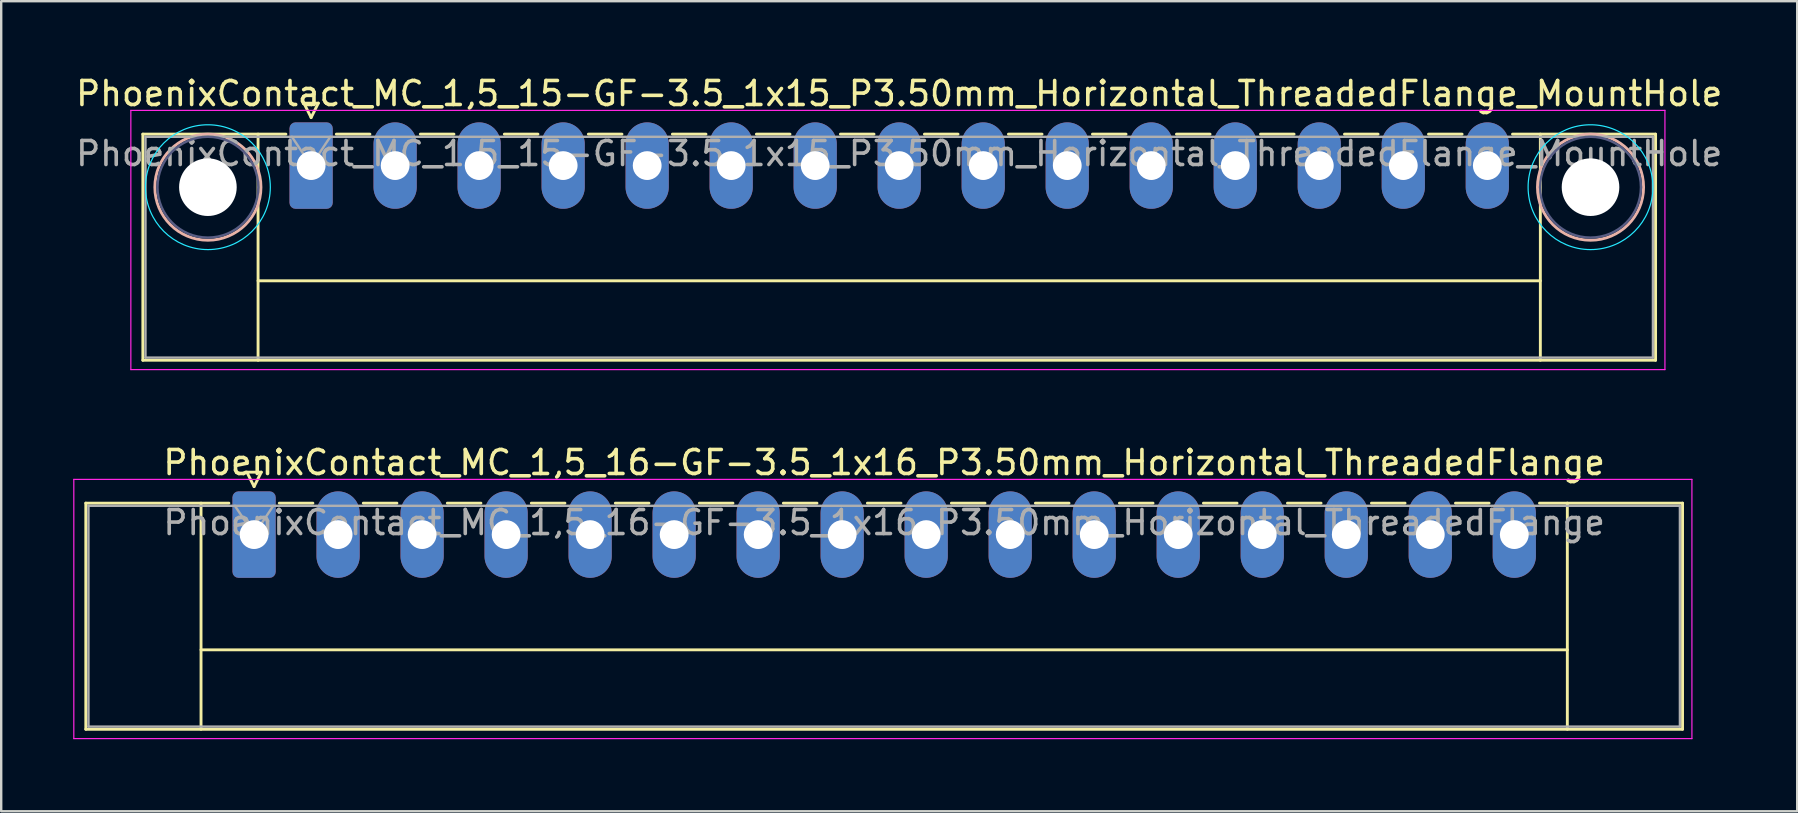
<source format=kicad_pcb>
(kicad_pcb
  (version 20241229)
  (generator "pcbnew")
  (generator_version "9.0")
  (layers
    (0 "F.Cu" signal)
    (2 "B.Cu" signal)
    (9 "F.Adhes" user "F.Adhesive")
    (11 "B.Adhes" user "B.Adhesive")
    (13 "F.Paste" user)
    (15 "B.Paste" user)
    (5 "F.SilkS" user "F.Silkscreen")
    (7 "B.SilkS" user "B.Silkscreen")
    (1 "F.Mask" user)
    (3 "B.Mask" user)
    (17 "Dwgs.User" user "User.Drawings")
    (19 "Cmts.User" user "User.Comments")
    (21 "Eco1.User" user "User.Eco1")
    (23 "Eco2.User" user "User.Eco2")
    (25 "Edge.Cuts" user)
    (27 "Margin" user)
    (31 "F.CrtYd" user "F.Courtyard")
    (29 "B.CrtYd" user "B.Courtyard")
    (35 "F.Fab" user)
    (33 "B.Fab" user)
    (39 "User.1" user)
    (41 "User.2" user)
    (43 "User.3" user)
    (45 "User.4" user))
  (footprint "PhoenixContact_MC_1,5_15-GF-3.5_1x15_P3.50mm_Horizontal_ThreadedFlange_MountHole"
    (layer "F.Cu")
    (at 9.911 3.848)
    (property "Reference" "PhoenixContact_MC_1,5_15-GF-3.5_1x15_P3.50mm_Horizontal_ThreadedFlange_MountHole" (at 24.5 -3 0) (layer "F.SilkS") (effects (font (size 1 1) (thickness 0.15))))
    (attr through_hole)
    (fp_line (start -7.01 -1.31) (end -7.01 8.11) (stroke (width 0.12) (type solid)) (layer "F.SilkS"))
    (fp_line (start -7.01 -1.31) (end -1.05 -1.31) (stroke (width 0.12) (type solid)) (layer "F.SilkS"))
    (fp_line (start -7.01 8.11) (end 56.01 8.11) (stroke (width 0.12) (type solid)) (layer "F.SilkS"))
    (fp_line (start -2.21 -1.31) (end -2.21 8.11) (stroke (width 0.12) (type solid)) (layer "F.SilkS"))
    (fp_line (start -2.21 4.8) (end 51.21 4.8) (stroke (width 0.12) (type solid)) (layer "F.SilkS"))
    (fp_line (start -0.3 -2.6) (end 0.3 -2.6) (stroke (width 0.12) (type solid)) (layer "F.SilkS"))
    (fp_line (start 0 -2) (end -0.3 -2.6) (stroke (width 0.12) (type solid)) (layer "F.SilkS"))
    (fp_line (start 0.3 -2.6) (end 0 -2) (stroke (width 0.12) (type solid)) (layer "F.SilkS"))
    (fp_line (start 1.05 -1.31) (end 2.45 -1.31) (stroke (width 0.12) (type solid)) (layer "F.SilkS"))
    (fp_line (start 4.55 -1.31) (end 5.95 -1.31) (stroke (width 0.12) (type solid)) (layer "F.SilkS"))
    (fp_line (start 8.05 -1.31) (end 9.45 -1.31) (stroke (width 0.12) (type solid)) (layer "F.SilkS"))
    (fp_line (start 11.55 -1.31) (end 12.95 -1.31) (stroke (width 0.12) (type solid)) (layer "F.SilkS"))
    (fp_line (start 15.05 -1.31) (end 16.45 -1.31) (stroke (width 0.12) (type solid)) (layer "F.SilkS"))
    (fp_line (start 18.55 -1.31) (end 19.95 -1.31) (stroke (width 0.12) (type solid)) (layer "F.SilkS"))
    (fp_line (start 22.05 -1.31) (end 23.45 -1.31) (stroke (width 0.12) (type solid)) (layer "F.SilkS"))
    (fp_line (start 25.55 -1.31) (end 26.95 -1.31) (stroke (width 0.12) (type solid)) (layer "F.SilkS"))
    (fp_line (start 29.05 -1.31) (end 30.45 -1.31) (stroke (width 0.12) (type solid)) (layer "F.SilkS"))
    (fp_line (start 32.55 -1.31) (end 33.95 -1.31) (stroke (width 0.12) (type solid)) (layer "F.SilkS"))
    (fp_line (start 36.05 -1.31) (end 37.45 -1.31) (stroke (width 0.12) (type solid)) (layer "F.SilkS"))
    (fp_line (start 39.55 -1.31) (end 40.95 -1.31) (stroke (width 0.12) (type solid)) (layer "F.SilkS"))
    (fp_line (start 43.05 -1.31) (end 44.45 -1.31) (stroke (width 0.12) (type solid)) (layer "F.SilkS"))
    (fp_line (start 46.55 -1.31) (end 47.95 -1.31) (stroke (width 0.12) (type solid)) (layer "F.SilkS"))
    (fp_line (start 51.21 -1.31) (end 51.21 8.11) (stroke (width 0.12) (type solid)) (layer "F.SilkS"))
    (fp_line (start 56.01 -1.31) (end 50.05 -1.31) (stroke (width 0.12) (type solid)) (layer "F.SilkS"))
    (fp_line (start 56.01 8.11) (end 56.01 -1.31) (stroke (width 0.12) (type solid)) (layer "F.SilkS"))
    (fp_circle (center -4.3 0.9) (end -2.09 0.9) (stroke (width 0.12) (type solid)) (fill no) (layer "B.SilkS"))
    (fp_circle (center 53.3 0.9) (end 55.51 0.9) (stroke (width 0.12) (type solid)) (fill no) (layer "B.SilkS"))
    (fp_circle (center -4.3 0.9) (end -1.7 0.9) (stroke (width 0.05) (type solid)) (fill no) (layer "B.CrtYd"))
    (fp_circle (center 53.3 0.9) (end 55.9 0.9) (stroke (width 0.05) (type solid)) (fill no) (layer "B.CrtYd"))
    (fp_line (start -7.51 -2.3) (end -7.51 8.5) (stroke (width 0.05) (type solid)) (layer "F.CrtYd"))
    (fp_line (start -7.51 8.5) (end 56.4 8.5) (stroke (width 0.05) (type solid)) (layer "F.CrtYd"))
    (fp_line (start 56.4 -2.3) (end -7.51 -2.3) (stroke (width 0.05) (type solid)) (layer "F.CrtYd"))
    (fp_line (start 56.4 8.5) (end 56.4 -2.3) (stroke (width 0.05) (type solid)) (layer "F.CrtYd"))
    (fp_circle (center -4.3 0.9) (end -2.2 0.9) (stroke (width 0.1) (type solid)) (fill no) (layer "B.Fab"))
    (fp_circle (center 53.3 0.9) (end 55.4 0.9) (stroke (width 0.1) (type solid)) (fill no) (layer "B.Fab"))
    (fp_line (start -6.9 -1.2) (end -6.9 8) (stroke (width 0.1) (type solid)) (layer "F.Fab"))
    (fp_line (start -6.9 8) (end 55.9 8) (stroke (width 0.1) (type solid)) (layer "F.Fab"))
    (fp_line (start 0 0) (end -0.8 -1.2) (stroke (width 0.1) (type solid)) (layer "F.Fab"))
    (fp_line (start 0.8 -1.2) (end 0 0) (stroke (width 0.1) (type solid)) (layer "F.Fab"))
    (fp_line (start 55.9 -1.2) (end -6.9 -1.2) (stroke (width 0.1) (type solid)) (layer "F.Fab"))
    (fp_line (start 55.9 8) (end 55.9 -1.2) (stroke (width 0.1) (type solid)) (layer "F.Fab"))
    (fp_text user "${REFERENCE}" (at 24.5 -0.5 0) (layer "F.Fab") (effects (font (size 1 1) (thickness 0.15))))
    (pad "" np_thru_hole circle (at -4.3 0.9) (size 2.4 2.4) (drill 2.4) (layers "*.Cu" "*.Mask"))
    (pad "" np_thru_hole circle (at 53.3 0.9) (size 2.4 2.4) (drill 2.4) (layers "*.Cu" "*.Mask"))
    (pad "1" thru_hole roundrect (at 0 0) (size 1.8 3.6) (drill 1.2) (layers "*.Cu" "*.Mask") (roundrect_rratio 0.139))
    (pad "2" thru_hole oval (at 3.5 0) (size 1.8 3.6) (drill 1.2) (layers "*.Cu" "*.Mask"))
    (pad "3" thru_hole oval (at 7 0) (size 1.8 3.6) (drill 1.2) (layers "*.Cu" "*.Mask"))
    (pad "4" thru_hole oval (at 10.5 0) (size 1.8 3.6) (drill 1.2) (layers "*.Cu" "*.Mask"))
    (pad "5" thru_hole oval (at 14 0) (size 1.8 3.6) (drill 1.2) (layers "*.Cu" "*.Mask"))
    (pad "6" thru_hole oval (at 17.5 0) (size 1.8 3.6) (drill 1.2) (layers "*.Cu" "*.Mask"))
    (pad "7" thru_hole oval (at 21 0) (size 1.8 3.6) (drill 1.2) (layers "*.Cu" "*.Mask"))
    (pad "8" thru_hole oval (at 24.5 0) (size 1.8 3.6) (drill 1.2) (layers "*.Cu" "*.Mask"))
    (pad "9" thru_hole oval (at 28 0) (size 1.8 3.6) (drill 1.2) (layers "*.Cu" "*.Mask"))
    (pad "10" thru_hole oval (at 31.5 0) (size 1.8 3.6) (drill 1.2) (layers "*.Cu" "*.Mask"))
    (pad "11" thru_hole oval (at 35 0) (size 1.8 3.6) (drill 1.2) (layers "*.Cu" "*.Mask"))
    (pad "12" thru_hole oval (at 38.5 0) (size 1.8 3.6) (drill 1.2) (layers "*.Cu" "*.Mask"))
    (pad "13" thru_hole oval (at 42 0) (size 1.8 3.6) (drill 1.2) (layers "*.Cu" "*.Mask"))
    (pad "14" thru_hole oval (at 45.5 0) (size 1.8 3.6) (drill 1.2) (layers "*.Cu" "*.Mask"))
    (pad "15" thru_hole oval (at 49 0) (size 1.8 3.6) (drill 1.2) (layers "*.Cu" "*.Mask")))
  (footprint "PhoenixContact_MC_1,5_16-GF-3.5_1x16_P3.50mm_Horizontal_ThreadedFlange"
    (layer "F.Cu")
    (at 7.535 19.221)
    (property "Reference" "PhoenixContact_MC_1,5_16-GF-3.5_1x16_P3.50mm_Horizontal_ThreadedFlange" (at 26.25 -3 0) (layer "F.SilkS") (effects (font (size 1 1) (thickness 0.15))))
    (attr through_hole)
    (fp_line (start -7.01 -1.31) (end -7.01 8.11) (stroke (width 0.12) (type solid)) (layer "F.SilkS"))
    (fp_line (start -7.01 -1.31) (end -1.05 -1.31) (stroke (width 0.12) (type solid)) (layer "F.SilkS"))
    (fp_line (start -7.01 8.11) (end 59.51 8.11) (stroke (width 0.12) (type solid)) (layer "F.SilkS"))
    (fp_line (start -2.21 -1.31) (end -2.21 8.11) (stroke (width 0.12) (type solid)) (layer "F.SilkS"))
    (fp_line (start -2.21 4.8) (end 54.71 4.8) (stroke (width 0.12) (type solid)) (layer "F.SilkS"))
    (fp_line (start -0.3 -2.6) (end 0.3 -2.6) (stroke (width 0.12) (type solid)) (layer "F.SilkS"))
    (fp_line (start 0 -2) (end -0.3 -2.6) (stroke (width 0.12) (type solid)) (layer "F.SilkS"))
    (fp_line (start 0.3 -2.6) (end 0 -2) (stroke (width 0.12) (type solid)) (layer "F.SilkS"))
    (fp_line (start 1.05 -1.31) (end 2.45 -1.31) (stroke (width 0.12) (type solid)) (layer "F.SilkS"))
    (fp_line (start 4.55 -1.31) (end 5.95 -1.31) (stroke (width 0.12) (type solid)) (layer "F.SilkS"))
    (fp_line (start 8.05 -1.31) (end 9.45 -1.31) (stroke (width 0.12) (type solid)) (layer "F.SilkS"))
    (fp_line (start 11.55 -1.31) (end 12.95 -1.31) (stroke (width 0.12) (type solid)) (layer "F.SilkS"))
    (fp_line (start 15.05 -1.31) (end 16.45 -1.31) (stroke (width 0.12) (type solid)) (layer "F.SilkS"))
    (fp_line (start 18.55 -1.31) (end 19.95 -1.31) (stroke (width 0.12) (type solid)) (layer "F.SilkS"))
    (fp_line (start 22.05 -1.31) (end 23.45 -1.31) (stroke (width 0.12) (type solid)) (layer "F.SilkS"))
    (fp_line (start 25.55 -1.31) (end 26.95 -1.31) (stroke (width 0.12) (type solid)) (layer "F.SilkS"))
    (fp_line (start 29.05 -1.31) (end 30.45 -1.31) (stroke (width 0.12) (type solid)) (layer "F.SilkS"))
    (fp_line (start 32.55 -1.31) (end 33.95 -1.31) (stroke (width 0.12) (type solid)) (layer "F.SilkS"))
    (fp_line (start 36.05 -1.31) (end 37.45 -1.31) (stroke (width 0.12) (type solid)) (layer "F.SilkS"))
    (fp_line (start 39.55 -1.31) (end 40.95 -1.31) (stroke (width 0.12) (type solid)) (layer "F.SilkS"))
    (fp_line (start 43.05 -1.31) (end 44.45 -1.31) (stroke (width 0.12) (type solid)) (layer "F.SilkS"))
    (fp_line (start 46.55 -1.31) (end 47.95 -1.31) (stroke (width 0.12) (type solid)) (layer "F.SilkS"))
    (fp_line (start 50.05 -1.31) (end 51.45 -1.31) (stroke (width 0.12) (type solid)) (layer "F.SilkS"))
    (fp_line (start 54.71 -1.31) (end 54.71 8.11) (stroke (width 0.12) (type solid)) (layer "F.SilkS"))
    (fp_line (start 59.51 -1.31) (end 53.55 -1.31) (stroke (width 0.12) (type solid)) (layer "F.SilkS"))
    (fp_line (start 59.51 8.11) (end 59.51 -1.31) (stroke (width 0.12) (type solid)) (layer "F.SilkS"))
    (fp_line (start -7.51 -2.3) (end -7.51 8.5) (stroke (width 0.05) (type solid)) (layer "F.CrtYd"))
    (fp_line (start -7.51 8.5) (end 59.9 8.5) (stroke (width 0.05) (type solid)) (layer "F.CrtYd"))
    (fp_line (start 59.9 -2.3) (end -7.51 -2.3) (stroke (width 0.05) (type solid)) (layer "F.CrtYd"))
    (fp_line (start 59.9 8.5) (end 59.9 -2.3) (stroke (width 0.05) (type solid)) (layer "F.CrtYd"))
    (fp_line (start -6.9 -1.2) (end -6.9 8) (stroke (width 0.1) (type solid)) (layer "F.Fab"))
    (fp_line (start -6.9 8) (end 59.4 8) (stroke (width 0.1) (type solid)) (layer "F.Fab"))
    (fp_line (start 0 0) (end -0.8 -1.2) (stroke (width 0.1) (type solid)) (layer "F.Fab"))
    (fp_line (start 0.8 -1.2) (end 0 0) (stroke (width 0.1) (type solid)) (layer "F.Fab"))
    (fp_line (start 59.4 -1.2) (end -6.9 -1.2) (stroke (width 0.1) (type solid)) (layer "F.Fab"))
    (fp_line (start 59.4 8) (end 59.4 -1.2) (stroke (width 0.1) (type solid)) (layer "F.Fab"))
    (fp_text user "${REFERENCE}" (at 26.25 -0.5 0) (layer "F.Fab") (effects (font (size 1 1) (thickness 0.15))))
    (pad "1" thru_hole roundrect (at 0 0) (size 1.8 3.6) (drill 1.2) (layers "*.Cu" "*.Mask") (roundrect_rratio 0.139))
    (pad "2" thru_hole oval (at 3.5 0) (size 1.8 3.6) (drill 1.2) (layers "*.Cu" "*.Mask"))
    (pad "3" thru_hole oval (at 7 0) (size 1.8 3.6) (drill 1.2) (layers "*.Cu" "*.Mask"))
    (pad "4" thru_hole oval (at 10.5 0) (size 1.8 3.6) (drill 1.2) (layers "*.Cu" "*.Mask"))
    (pad "5" thru_hole oval (at 14 0) (size 1.8 3.6) (drill 1.2) (layers "*.Cu" "*.Mask"))
    (pad "6" thru_hole oval (at 17.5 0) (size 1.8 3.6) (drill 1.2) (layers "*.Cu" "*.Mask"))
    (pad "7" thru_hole oval (at 21 0) (size 1.8 3.6) (drill 1.2) (layers "*.Cu" "*.Mask"))
    (pad "8" thru_hole oval (at 24.5 0) (size 1.8 3.6) (drill 1.2) (layers "*.Cu" "*.Mask"))
    (pad "9" thru_hole oval (at 28 0) (size 1.8 3.6) (drill 1.2) (layers "*.Cu" "*.Mask"))
    (pad "10" thru_hole oval (at 31.5 0) (size 1.8 3.6) (drill 1.2) (layers "*.Cu" "*.Mask"))
    (pad "11" thru_hole oval (at 35 0) (size 1.8 3.6) (drill 1.2) (layers "*.Cu" "*.Mask"))
    (pad "12" thru_hole oval (at 38.5 0) (size 1.8 3.6) (drill 1.2) (layers "*.Cu" "*.Mask"))
    (pad "13" thru_hole oval (at 42 0) (size 1.8 3.6) (drill 1.2) (layers "*.Cu" "*.Mask"))
    (pad "14" thru_hole oval (at 45.5 0) (size 1.8 3.6) (drill 1.2) (layers "*.Cu" "*.Mask"))
    (pad "15" thru_hole oval (at 49 0) (size 1.8 3.6) (drill 1.2) (layers "*.Cu" "*.Mask"))
    (pad "16" thru_hole oval (at 52.5 0) (size 1.8 3.6) (drill 1.2) (layers "*.Cu" "*.Mask")))
  (gr_rect
    (start -3 -3)
    (end 71.821 30.747)
    (stroke (width 0.1) (type default))
    (fill no)
    (layer "Edge.Cuts")))
</source>
